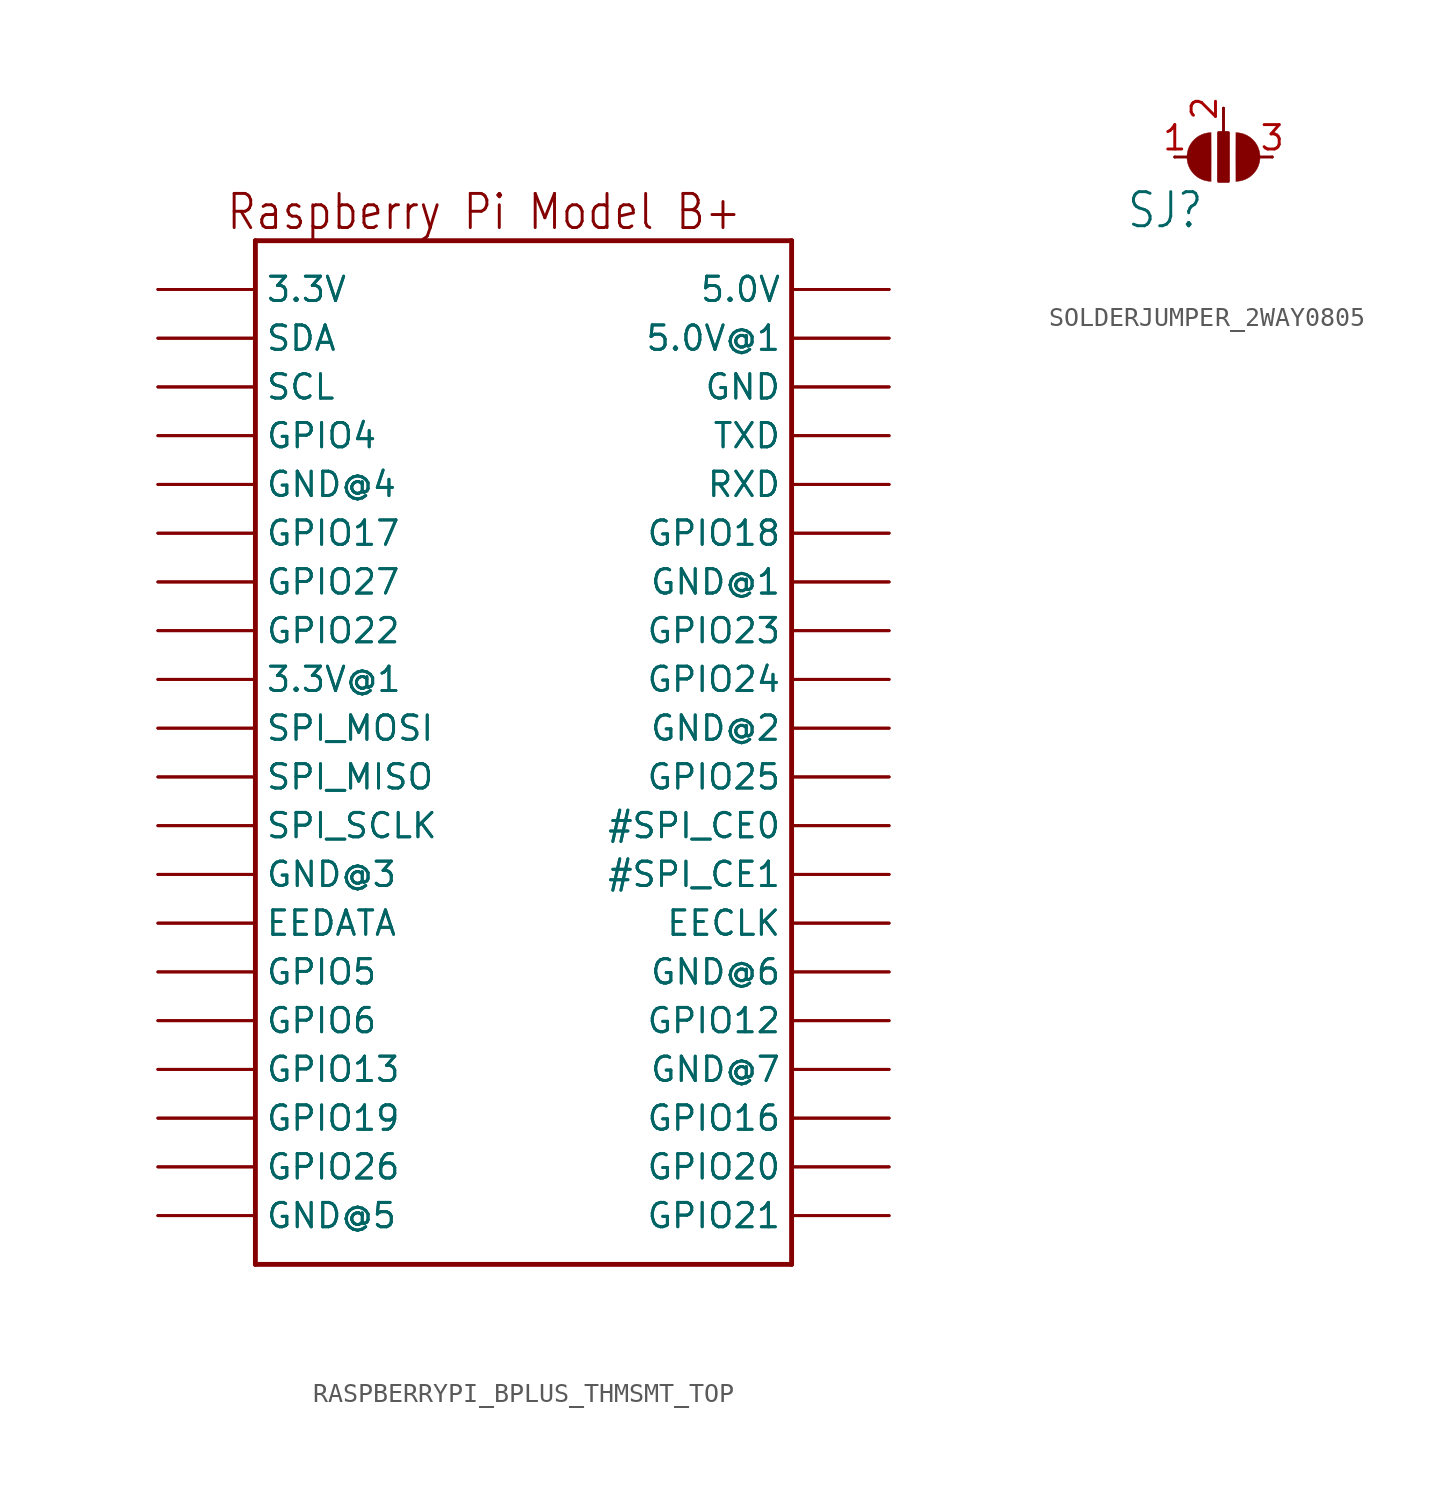
<source format=kicad_sym>
(kicad_symbol_lib
  (version 20220914)
  (generator kicad_symbol_editor)
  (symbol "RASPBERRYPI_BPLUS_THMSMT_TOP"
    (property "Reference" "RPI"
      (at 0 0 0)
      (effects (font (size 1.27 1.27)) hide))
    (property "ki_locked" ""
      (at 0 0 0)
      (effects (font (size 1.27 1.27))))
    (symbol "RASPBERRYPI_BPLUS_THMSMT_TOP_1_0"
      (polyline (pts (xy -12.7 -30.48) (xy -12.7 22.86)) (stroke (width 0.254) (type solid)) (fill (type none)))
      (polyline (pts (xy -12.7 22.86) (xy 15.24 22.86)) (stroke (width 0.254) (type solid)) (fill (type none)))
      (polyline (pts (xy 15.24 -30.48) (xy -12.7 -30.48)) (stroke (width 0.254) (type solid)) (fill (type none)))
      (polyline (pts (xy 15.24 22.86) (xy 15.24 -30.48)) (stroke (width 0.254) (type solid)) (fill (type none)))
      (text "Raspberry Pi Model B+" (at 12.7 25.4 0) (effects (font (size 1.778 1.511)) (justify right top)))
      (pin power_in line (at -17.78 20.32 0) (length 5.08) (name "3.3V" (effects (font (size 1.27 1.27)))) (number "1" (effects (font (size 0 0)))))
      (pin bidirectional line (at 20.32 10.16 180) (length 5.08) (name "RXD" (effects (font (size 1.27 1.27)))) (number "10" (effects (font (size 0 0)))))
      (pin bidirectional line (at -17.78 7.62 0) (length 5.08) (name "GPIO17" (effects (font (size 1.27 1.27)))) (number "11" (effects (font (size 0 0)))))
      (pin bidirectional line (at 20.32 7.62 180) (length 5.08) (name "GPIO18" (effects (font (size 1.27 1.27)))) (number "12" (effects (font (size 0 0)))))
      (pin bidirectional line (at -17.78 5.08 0) (length 5.08) (name "GPIO27" (effects (font (size 1.27 1.27)))) (number "13" (effects (font (size 0 0)))))
      (pin power_in line (at 20.32 5.08 180) (length 5.08) (name "GND@1" (effects (font (size 1.27 1.27)))) (number "14" (effects (font (size 0 0)))))
      (pin bidirectional line (at -17.78 2.54 0) (length 5.08) (name "GPIO22" (effects (font (size 1.27 1.27)))) (number "15" (effects (font (size 0 0)))))
      (pin bidirectional line (at 20.32 2.54 180) (length 5.08) (name "GPIO23" (effects (font (size 1.27 1.27)))) (number "16" (effects (font (size 0 0)))))
      (pin power_in line (at -17.78 0 0) (length 5.08) (name "3.3V@1" (effects (font (size 1.27 1.27)))) (number "17" (effects (font (size 0 0)))))
      (pin bidirectional line (at 20.32 0 180) (length 5.08) (name "GPIO24" (effects (font (size 1.27 1.27)))) (number "18" (effects (font (size 0 0)))))
      (pin bidirectional line (at -17.78 -2.54 0) (length 5.08) (name "SPI_MOSI" (effects (font (size 1.27 1.27)))) (number "19" (effects (font (size 0 0)))))
      (pin power_in line (at 20.32 20.32 180) (length 5.08) (name "5.0V" (effects (font (size 1.27 1.27)))) (number "2" (effects (font (size 0 0)))))
      (pin power_in line (at 20.32 -2.54 180) (length 5.08) (name "GND@2" (effects (font (size 1.27 1.27)))) (number "20" (effects (font (size 0 0)))))
      (pin bidirectional line (at -17.78 -5.08 0) (length 5.08) (name "SPI_MISO" (effects (font (size 1.27 1.27)))) (number "21" (effects (font (size 0 0)))))
      (pin bidirectional line (at 20.32 -5.08 180) (length 5.08) (name "GPIO25" (effects (font (size 1.27 1.27)))) (number "22" (effects (font (size 0 0)))))
      (pin bidirectional line (at -17.78 -7.62 0) (length 5.08) (name "SPI_SCLK" (effects (font (size 1.27 1.27)))) (number "23" (effects (font (size 0 0)))))
      (pin bidirectional line (at 20.32 -7.62 180) (length 5.08) (name "#SPI_CE0" (effects (font (size 1.27 1.27)))) (number "24" (effects (font (size 0 0)))))
      (pin power_in line (at -17.78 -10.16 0) (length 5.08) (name "GND@3" (effects (font (size 1.27 1.27)))) (number "25" (effects (font (size 0 0)))))
      (pin bidirectional line (at 20.32 -10.16 180) (length 5.08) (name "#SPI_CE1" (effects (font (size 1.27 1.27)))) (number "26" (effects (font (size 0 0)))))
      (pin bidirectional line (at -17.78 -12.7 0) (length 5.08) (name "EEDATA" (effects (font (size 1.27 1.27)))) (number "27" (effects (font (size 0 0)))))
      (pin bidirectional line (at 20.32 -12.7 180) (length 5.08) (name "EECLK" (effects (font (size 1.27 1.27)))) (number "28" (effects (font (size 0 0)))))
      (pin bidirectional line (at -17.78 -15.24 0) (length 5.08) (name "GPIO5" (effects (font (size 1.27 1.27)))) (number "29" (effects (font (size 0 0)))))
      (pin bidirectional line (at -17.78 17.78 0) (length 5.08) (name "SDA" (effects (font (size 1.27 1.27)))) (number "3" (effects (font (size 0 0)))))
      (pin power_in line (at 20.32 -15.24 180) (length 5.08) (name "GND@6" (effects (font (size 1.27 1.27)))) (number "30" (effects (font (size 0 0)))))
      (pin bidirectional line (at -17.78 -17.78 0) (length 5.08) (name "GPIO6" (effects (font (size 1.27 1.27)))) (number "31" (effects (font (size 0 0)))))
      (pin bidirectional line (at 20.32 -17.78 180) (length 5.08) (name "GPIO12" (effects (font (size 1.27 1.27)))) (number "32" (effects (font (size 0 0)))))
      (pin bidirectional line (at -17.78 -20.32 0) (length 5.08) (name "GPIO13" (effects (font (size 1.27 1.27)))) (number "33" (effects (font (size 0 0)))))
      (pin power_in line (at 20.32 -20.32 180) (length 5.08) (name "GND@7" (effects (font (size 1.27 1.27)))) (number "34" (effects (font (size 0 0)))))
      (pin bidirectional line (at -17.78 -22.86 0) (length 5.08) (name "GPIO19" (effects (font (size 1.27 1.27)))) (number "35" (effects (font (size 0 0)))))
      (pin bidirectional line (at 20.32 -22.86 180) (length 5.08) (name "GPIO16" (effects (font (size 1.27 1.27)))) (number "36" (effects (font (size 0 0)))))
      (pin bidirectional line (at -17.78 -25.4 0) (length 5.08) (name "GPIO26" (effects (font (size 1.27 1.27)))) (number "37" (effects (font (size 0 0)))))
      (pin bidirectional line (at 20.32 -25.4 180) (length 5.08) (name "GPIO20" (effects (font (size 1.27 1.27)))) (number "38" (effects (font (size 0 0)))))
      (pin power_in line (at -17.78 -27.94 0) (length 5.08) (name "GND@5" (effects (font (size 1.27 1.27)))) (number "39" (effects (font (size 0 0)))))
      (pin power_in line (at 20.32 17.78 180) (length 5.08) (name "5.0V@1" (effects (font (size 1.27 1.27)))) (number "4" (effects (font (size 0 0)))))
      (pin bidirectional line (at 20.32 -27.94 180) (length 5.08) (name "GPIO21" (effects (font (size 1.27 1.27)))) (number "40" (effects (font (size 0 0)))))
      (pin bidirectional line (at -17.78 15.24 0) (length 5.08) (name "SCL" (effects (font (size 1.27 1.27)))) (number "5" (effects (font (size 0 0)))))
      (pin power_in line (at 20.32 15.24 180) (length 5.08) (name "GND" (effects (font (size 1.27 1.27)))) (number "6" (effects (font (size 0 0)))))
      (pin bidirectional line (at -17.78 12.7 0) (length 5.08) (name "GPIO4" (effects (font (size 1.27 1.27)))) (number "7" (effects (font (size 0 0)))))
      (pin bidirectional line (at 20.32 12.7 180) (length 5.08) (name "TXD" (effects (font (size 1.27 1.27)))) (number "8" (effects (font (size 0 0)))))
      (pin power_in line (at -17.78 10.16 0) (length 5.08) (name "GND@4" (effects (font (size 1.27 1.27)))) (number "9" (effects (font (size 0 0)))))
      (pin power_in line (at -17.78 20.32 0) (length 5.08) (name "3.3V" (effects (font (size 1.27 1.27)))) (number "S1" (effects (font (size 0 0)))))
      (pin bidirectional line (at 20.32 10.16 180) (length 5.08) (name "RXD" (effects (font (size 1.27 1.27)))) (number "S10" (effects (font (size 0 0)))))
      (pin bidirectional line (at -17.78 7.62 0) (length 5.08) (name "GPIO17" (effects (font (size 1.27 1.27)))) (number "S11" (effects (font (size 0 0)))))
      (pin bidirectional line (at 20.32 7.62 180) (length 5.08) (name "GPIO18" (effects (font (size 1.27 1.27)))) (number "S12" (effects (font (size 0 0)))))
      (pin bidirectional line (at -17.78 5.08 0) (length 5.08) (name "GPIO27" (effects (font (size 1.27 1.27)))) (number "S13" (effects (font (size 0 0)))))
      (pin power_in line (at 20.32 5.08 180) (length 5.08) (name "GND@1" (effects (font (size 1.27 1.27)))) (number "S14" (effects (font (size 0 0)))))
      (pin bidirectional line (at -17.78 2.54 0) (length 5.08) (name "GPIO22" (effects (font (size 1.27 1.27)))) (number "S15" (effects (font (size 0 0)))))
      (pin bidirectional line (at 20.32 2.54 180) (length 5.08) (name "GPIO23" (effects (font (size 1.27 1.27)))) (number "S16" (effects (font (size 0 0)))))
      (pin power_in line (at -17.78 0 0) (length 5.08) (name "3.3V@1" (effects (font (size 1.27 1.27)))) (number "S17" (effects (font (size 0 0)))))
      (pin bidirectional line (at 20.32 0 180) (length 5.08) (name "GPIO24" (effects (font (size 1.27 1.27)))) (number "S18" (effects (font (size 0 0)))))
      (pin bidirectional line (at -17.78 -2.54 0) (length 5.08) (name "SPI_MOSI" (effects (font (size 1.27 1.27)))) (number "S19" (effects (font (size 0 0)))))
      (pin power_in line (at 20.32 20.32 180) (length 5.08) (name "5.0V" (effects (font (size 1.27 1.27)))) (number "S2" (effects (font (size 0 0)))))
      (pin power_in line (at 20.32 -2.54 180) (length 5.08) (name "GND@2" (effects (font (size 1.27 1.27)))) (number "S20" (effects (font (size 0 0)))))
      (pin bidirectional line (at -17.78 -5.08 0) (length 5.08) (name "SPI_MISO" (effects (font (size 1.27 1.27)))) (number "S21" (effects (font (size 0 0)))))
      (pin bidirectional line (at 20.32 -5.08 180) (length 5.08) (name "GPIO25" (effects (font (size 1.27 1.27)))) (number "S22" (effects (font (size 0 0)))))
      (pin bidirectional line (at -17.78 -7.62 0) (length 5.08) (name "SPI_SCLK" (effects (font (size 1.27 1.27)))) (number "S23" (effects (font (size 0 0)))))
      (pin bidirectional line (at 20.32 -7.62 180) (length 5.08) (name "#SPI_CE0" (effects (font (size 1.27 1.27)))) (number "S24" (effects (font (size 0 0)))))
      (pin power_in line (at -17.78 -10.16 0) (length 5.08) (name "GND@3" (effects (font (size 1.27 1.27)))) (number "S25" (effects (font (size 0 0)))))
      (pin bidirectional line (at 20.32 -10.16 180) (length 5.08) (name "#SPI_CE1" (effects (font (size 1.27 1.27)))) (number "S26" (effects (font (size 0 0)))))
      (pin bidirectional line (at -17.78 -12.7 0) (length 5.08) (name "EEDATA" (effects (font (size 1.27 1.27)))) (number "S27" (effects (font (size 0 0)))))
      (pin bidirectional line (at 20.32 -12.7 180) (length 5.08) (name "EECLK" (effects (font (size 1.27 1.27)))) (number "S28" (effects (font (size 0 0)))))
      (pin bidirectional line (at -17.78 -15.24 0) (length 5.08) (name "GPIO5" (effects (font (size 1.27 1.27)))) (number "S29" (effects (font (size 0 0)))))
      (pin bidirectional line (at -17.78 17.78 0) (length 5.08) (name "SDA" (effects (font (size 1.27 1.27)))) (number "S3" (effects (font (size 0 0)))))
      (pin power_in line (at 20.32 -15.24 180) (length 5.08) (name "GND@6" (effects (font (size 1.27 1.27)))) (number "S30" (effects (font (size 0 0)))))
      (pin bidirectional line (at -17.78 -17.78 0) (length 5.08) (name "GPIO6" (effects (font (size 1.27 1.27)))) (number "S31" (effects (font (size 0 0)))))
      (pin bidirectional line (at 20.32 -17.78 180) (length 5.08) (name "GPIO12" (effects (font (size 1.27 1.27)))) (number "S32" (effects (font (size 0 0)))))
      (pin bidirectional line (at -17.78 -20.32 0) (length 5.08) (name "GPIO13" (effects (font (size 1.27 1.27)))) (number "S33" (effects (font (size 0 0)))))
      (pin power_in line (at 20.32 -20.32 180) (length 5.08) (name "GND@7" (effects (font (size 1.27 1.27)))) (number "S34" (effects (font (size 0 0)))))
      (pin bidirectional line (at -17.78 -22.86 0) (length 5.08) (name "GPIO19" (effects (font (size 1.27 1.27)))) (number "S35" (effects (font (size 0 0)))))
      (pin bidirectional line (at 20.32 -22.86 180) (length 5.08) (name "GPIO16" (effects (font (size 1.27 1.27)))) (number "S36" (effects (font (size 0 0)))))
      (pin bidirectional line (at -17.78 -25.4 0) (length 5.08) (name "GPIO26" (effects (font (size 1.27 1.27)))) (number "S37" (effects (font (size 0 0)))))
      (pin bidirectional line (at 20.32 -25.4 180) (length 5.08) (name "GPIO20" (effects (font (size 1.27 1.27)))) (number "S38" (effects (font (size 0 0)))))
      (pin power_in line (at -17.78 -27.94 0) (length 5.08) (name "GND@5" (effects (font (size 1.27 1.27)))) (number "S39" (effects (font (size 0 0)))))
      (pin power_in line (at 20.32 17.78 180) (length 5.08) (name "5.0V@1" (effects (font (size 1.27 1.27)))) (number "S4" (effects (font (size 0 0)))))
      (pin bidirectional line (at 20.32 -27.94 180) (length 5.08) (name "GPIO21" (effects (font (size 1.27 1.27)))) (number "S40" (effects (font (size 0 0)))))
      (pin bidirectional line (at -17.78 15.24 0) (length 5.08) (name "SCL" (effects (font (size 1.27 1.27)))) (number "S5" (effects (font (size 0 0)))))
      (pin power_in line (at 20.32 15.24 180) (length 5.08) (name "GND" (effects (font (size 1.27 1.27)))) (number "S6" (effects (font (size 0 0)))))
      (pin bidirectional line (at -17.78 12.7 0) (length 5.08) (name "GPIO4" (effects (font (size 1.27 1.27)))) (number "S7" (effects (font (size 0 0)))))
      (pin bidirectional line (at 20.32 12.7 180) (length 5.08) (name "TXD" (effects (font (size 1.27 1.27)))) (number "S8" (effects (font (size 0 0)))))
      (pin power_in line (at -17.78 10.16 0) (length 5.08) (name "GND@4" (effects (font (size 1.27 1.27)))) (number "S9" (effects (font (size 0 0)))))))
  (symbol "SOLDERJUMPER_2WAY0805"
    (property "Reference" "SJ"
      (at -5.08 -3.81 0)
      (effects (font (size 1.778 1.511)) (justify left bottom)))
    (property "Value" ""
      (at -5.08 -6.35 0)
      (effects (font (size 1.778 1.511)) (justify left bottom)))
    (property "ki_locked" ""
      (at 0 0 0)
      (effects (font (size 1.27 1.27))))
    (symbol "SOLDERJUMPER_2WAY0805_1_0"
      (arc (start -0.635 1.27) (mid -1.905 0) (end -0.635 -1.27) (stroke (width 0.0001) (type solid)) (fill (type outline)))
      (rectangle (start -0.254 -1.27) (end 0.254 1.27) (stroke (width 0) (type default)) (fill (type outline)))
      (polyline (pts (xy -2.54 0) (xy -1.651 0)) (stroke (width 0.152) (type solid)) (fill (type none)))
      (polyline (pts (xy 0 2.54) (xy 0 0.381)) (stroke (width 0.152) (type solid)) (fill (type none)))
      (polyline (pts (xy 2.54 0) (xy 1.651 0)) (stroke (width 0.152) (type solid)) (fill (type none)))
      (arc (start 0.635 -1.27) (mid 1.905 0) (end 0.635 1.27) (stroke (width 0.0001) (type solid)) (fill (type outline)))
      (pin passive line (at -2.54 0 0) (length 0) (name "1" (effects (font (size 0 0)))) (number "1" (effects (font (size 1.27 1.27)))))
      (pin passive line (at 0 2.54 270) (length 0) (name "2" (effects (font (size 0 0)))) (number "2" (effects (font (size 1.27 1.27)))))
      (pin passive line (at 2.54 0 180) (length 0) (name "3" (effects (font (size 0 0)))) (number "3" (effects (font (size 1.27 1.27))))))))
</source>
